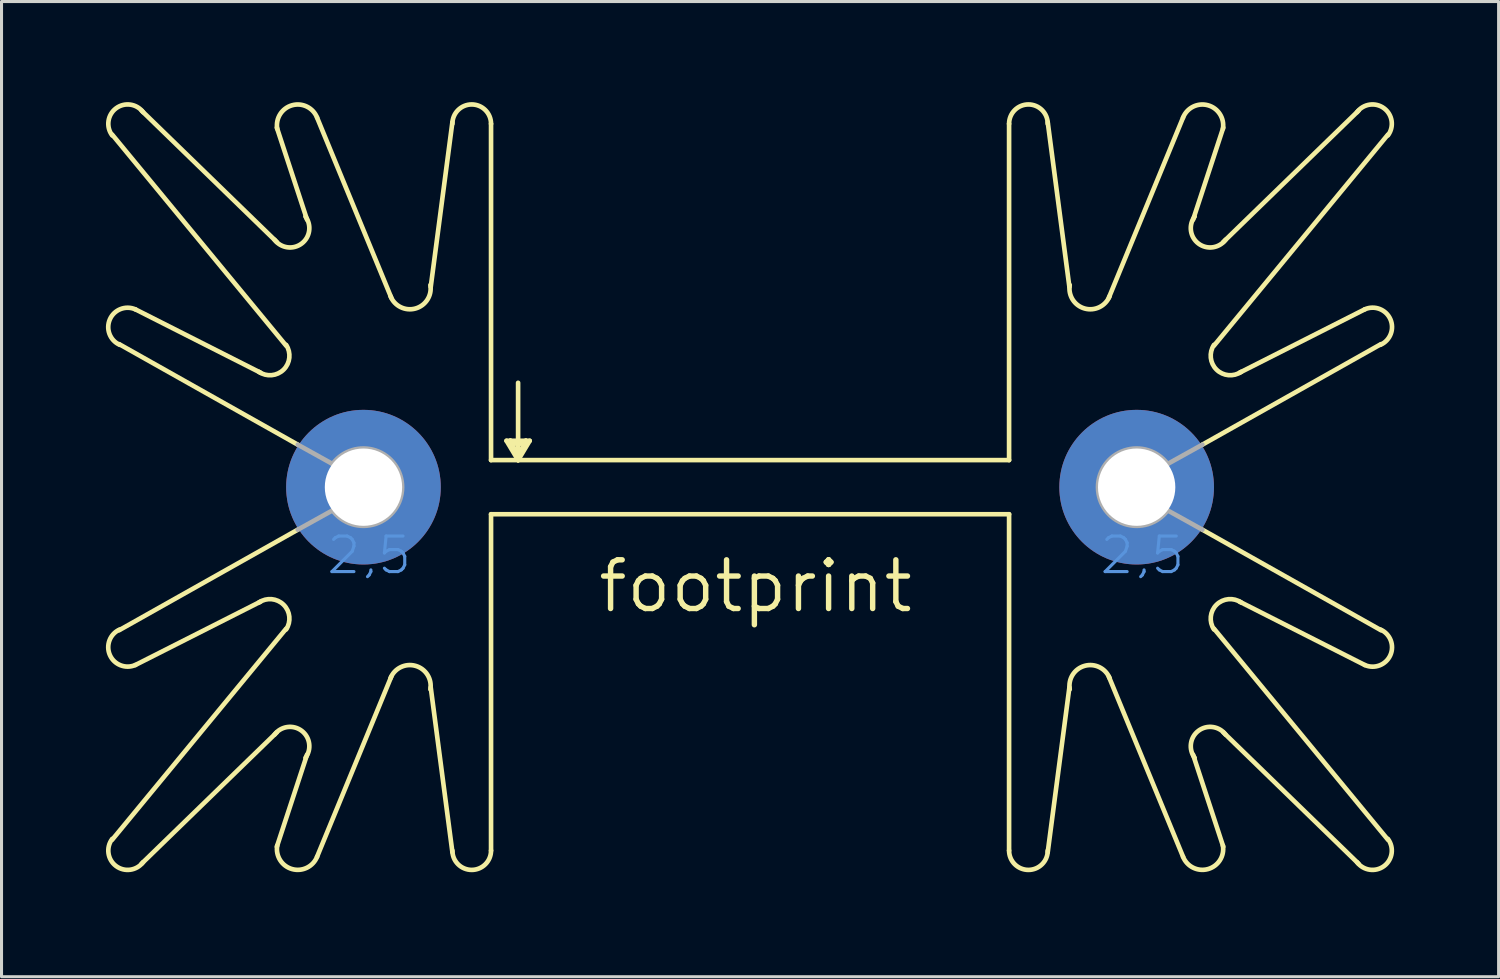
<source format=kicad_pcb>
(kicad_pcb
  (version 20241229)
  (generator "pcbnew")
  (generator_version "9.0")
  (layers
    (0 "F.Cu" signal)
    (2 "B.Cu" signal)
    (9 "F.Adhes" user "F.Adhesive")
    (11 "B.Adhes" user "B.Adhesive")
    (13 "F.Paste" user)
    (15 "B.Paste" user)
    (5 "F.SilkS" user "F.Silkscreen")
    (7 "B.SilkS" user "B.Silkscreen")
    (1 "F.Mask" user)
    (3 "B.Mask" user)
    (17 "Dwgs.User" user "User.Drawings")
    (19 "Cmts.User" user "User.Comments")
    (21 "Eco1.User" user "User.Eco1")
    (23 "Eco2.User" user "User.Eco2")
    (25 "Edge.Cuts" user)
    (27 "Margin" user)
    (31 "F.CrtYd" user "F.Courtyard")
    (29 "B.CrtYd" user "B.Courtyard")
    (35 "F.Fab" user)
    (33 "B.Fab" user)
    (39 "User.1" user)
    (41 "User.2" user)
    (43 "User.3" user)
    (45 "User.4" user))
  (footprint "footprint"
    (layer "F.Cu")
    (at 21.59 12.065)
    (property "Reference" "footprint" (at -5.08 5.08 0) (layer "F.SilkS") (effects (font (size 1.6 1.6) (thickness 0.178)) (justify left bottom)))
    (fp_line (start -16.078 -2.87) (end -20.193 -4.953) (stroke (width 0.152) (type solid)) (layer "F.SilkS"))
    (fp_line (start -16.078 4.648) (end -20.193 6.731) (stroke (width 0.152) (type solid)) (layer "F.SilkS"))
    (fp_line (start -15.545 -10.922) (end -14.554 -7.899) (stroke (width 0.152) (type solid)) (layer "F.SilkS"))
    (fp_line (start -15.545 -7.163) (end -19.99 -11.481) (stroke (width 0.152) (type solid)) (layer "F.SilkS"))
    (fp_line (start -15.545 8.941) (end -19.99 13.259) (stroke (width 0.152) (type solid)) (layer "F.SilkS"))
    (fp_line (start -15.545 12.7) (end -14.554 9.677) (stroke (width 0.152) (type solid)) (layer "F.SilkS"))
    (fp_line (start -15.24 -3.759) (end -20.955 -10.693) (stroke (width 0.152) (type solid)) (layer "F.SilkS"))
    (fp_line (start -15.24 5.537) (end -20.955 12.471) (stroke (width 0.152) (type solid)) (layer "F.SilkS"))
    (fp_line (start -14.859 -0.508) (end -20.726 -3.81) (stroke (width 0.152) (type solid)) (layer "F.SilkS"))
    (fp_line (start -14.859 2.286) (end -20.726 5.588) (stroke (width 0.152) (type solid)) (layer "F.SilkS"))
    (fp_line (start -11.786 -5.334) (end -14.224 -11.252) (stroke (width 0.152) (type solid)) (layer "F.SilkS"))
    (fp_line (start -11.786 7.112) (end -14.224 13.03) (stroke (width 0.152) (type solid)) (layer "F.SilkS"))
    (fp_line (start -10.49 -5.69) (end -9.779 -11.1) (stroke (width 0.152) (type solid)) (layer "F.SilkS"))
    (fp_line (start -10.49 7.468) (end -9.779 12.878) (stroke (width 0.152) (type solid)) (layer "F.SilkS"))
    (fp_line (start -8.509 -11.049) (end -8.509 0) (stroke (width 0.152) (type solid)) (layer "F.SilkS"))
    (fp_line (start -8.509 0) (end -7.62 0) (stroke (width 0.152) (type solid)) (layer "F.SilkS"))
    (fp_line (start -8.509 1.778) (end 8.509 1.778) (stroke (width 0.152) (type solid)) (layer "F.SilkS"))
    (fp_line (start -8.509 12.827) (end -8.509 1.778) (stroke (width 0.152) (type solid)) (layer "F.SilkS"))
    (fp_line (start -8.001 -0.635) (end -7.62 0) (stroke (width 0.152) (type solid)) (layer "F.SilkS"))
    (fp_line (start -7.874 -0.635) (end -8.001 -0.635) (stroke (width 0.152) (type solid)) (layer "F.SilkS"))
    (fp_line (start -7.874 -0.635) (end -7.62 -0.508) (stroke (width 0.152) (type solid)) (layer "F.SilkS"))
    (fp_line (start -7.62 -2.54) (end -7.62 -0.508) (stroke (width 0.152) (type solid)) (layer "F.SilkS"))
    (fp_line (start -7.62 -0.508) (end -7.62 -0.127) (stroke (width 0.152) (type solid)) (layer "F.SilkS"))
    (fp_line (start -7.62 -0.508) (end -7.366 -0.635) (stroke (width 0.152) (type solid)) (layer "F.SilkS"))
    (fp_line (start -7.62 -0.127) (end -7.874 -0.635) (stroke (width 0.152) (type solid)) (layer "F.SilkS"))
    (fp_line (start -7.62 -0.127) (end -7.62 0) (stroke (width 0.152) (type solid)) (layer "F.SilkS"))
    (fp_line (start -7.62 0) (end -7.239 -0.635) (stroke (width 0.152) (type solid)) (layer "F.SilkS"))
    (fp_line (start -7.62 0) (end 8.509 0) (stroke (width 0.152) (type solid)) (layer "F.SilkS"))
    (fp_line (start -7.366 -0.635) (end -7.874 -0.635) (stroke (width 0.152) (type solid)) (layer "F.SilkS"))
    (fp_line (start -7.366 -0.635) (end -7.62 -0.127) (stroke (width 0.152) (type solid)) (layer "F.SilkS"))
    (fp_line (start -7.239 -0.635) (end -7.366 -0.635) (stroke (width 0.152) (type solid)) (layer "F.SilkS"))
    (fp_line (start 8.509 -11.049) (end 8.509 0) (stroke (width 0.152) (type solid)) (layer "F.SilkS"))
    (fp_line (start 8.509 12.827) (end 8.509 1.778) (stroke (width 0.152) (type solid)) (layer "F.SilkS"))
    (fp_line (start 10.49 -5.69) (end 9.779 -11.1) (stroke (width 0.152) (type solid)) (layer "F.SilkS"))
    (fp_line (start 10.49 7.468) (end 9.779 12.878) (stroke (width 0.152) (type solid)) (layer "F.SilkS"))
    (fp_line (start 11.786 -5.334) (end 14.224 -11.252) (stroke (width 0.152) (type solid)) (layer "F.SilkS"))
    (fp_line (start 11.786 7.112) (end 14.224 13.03) (stroke (width 0.152) (type solid)) (layer "F.SilkS"))
    (fp_line (start 14.859 -0.508) (end 20.726 -3.81) (stroke (width 0.152) (type solid)) (layer "F.SilkS"))
    (fp_line (start 14.859 2.286) (end 20.726 5.588) (stroke (width 0.152) (type solid)) (layer "F.SilkS"))
    (fp_line (start 15.24 -3.759) (end 20.955 -10.693) (stroke (width 0.152) (type solid)) (layer "F.SilkS"))
    (fp_line (start 15.24 5.537) (end 20.955 12.471) (stroke (width 0.152) (type solid)) (layer "F.SilkS"))
    (fp_line (start 15.545 -10.922) (end 14.554 -7.899) (stroke (width 0.152) (type solid)) (layer "F.SilkS"))
    (fp_line (start 15.545 -7.163) (end 19.99 -11.481) (stroke (width 0.152) (type solid)) (layer "F.SilkS"))
    (fp_line (start 15.545 8.941) (end 19.99 13.259) (stroke (width 0.152) (type solid)) (layer "F.SilkS"))
    (fp_line (start 15.545 12.7) (end 14.554 9.677) (stroke (width 0.152) (type solid)) (layer "F.SilkS"))
    (fp_line (start 16.078 -2.87) (end 20.193 -4.953) (stroke (width 0.152) (type solid)) (layer "F.SilkS"))
    (fp_line (start 16.078 4.648) (end 20.193 6.731) (stroke (width 0.152) (type solid)) (layer "F.SilkS"))
    (fp_arc (start -20.955 -10.668) (mid -20.828 -11.557) (end -19.939 -11.43) (stroke (width 0.1524) (type solid)) (layer "F.SilkS"))
    (fp_arc (start -20.7106 -3.7889) (mid -21.028969 -4.627453) (end -20.193098 -4.952799) (stroke (width 0.1524) (type solid)) (layer "F.SilkS"))
    (fp_arc (start -20.193098 6.730799) (mid -21.028969 6.405453) (end -20.7106 5.5669) (stroke (width 0.1524) (type solid)) (layer "F.SilkS"))
    (fp_arc (start -19.939 13.208) (mid -20.828 13.335) (end -20.955 12.446) (stroke (width 0.1524) (type solid)) (layer "F.SilkS"))
    (fp_arc (start -16.1345 4.6773) (mid -15.322587 4.751397) (end -15.2401 5.5625) (stroke (width 0.1524) (type solid)) (layer "F.SilkS"))
    (fp_arc (start -15.621 9.017) (mid -14.732 8.89) (end -14.605 9.779) (stroke (width 0.1524) (type solid)) (layer "F.SilkS"))
    (fp_arc (start -15.5336 -10.8858) (mid -15.043193 -11.656921) (end -14.223799 -11.252298) (stroke (width 0.1524) (type solid)) (layer "F.SilkS"))
    (fp_arc (start -15.239899 -3.7847) (mid -15.322309 -2.973317) (end -16.1345 -2.8993) (stroke (width 0.1524) (type solid)) (layer "F.SilkS"))
    (fp_arc (start -14.605 -8.001) (mid -14.732 -7.112) (end -15.621 -7.239) (stroke (width 0.1524) (type solid)) (layer "F.SilkS"))
    (fp_arc (start -14.223799 13.030298) (mid -15.043193 13.434921) (end -15.5336 12.6638) (stroke (width 0.1524) (type solid)) (layer "F.SilkS"))
    (fp_arc (start -11.811 7.1628) (mid -10.991741 6.758182) (end -10.501399 7.529198) (stroke (width 0.1524) (type solid)) (layer "F.SilkS"))
    (fp_arc (start -10.501399 -5.751198) (mid -10.991741 -4.980182) (end -11.811 -5.3848) (stroke (width 0.1524) (type solid)) (layer "F.SilkS"))
    (fp_arc (start -9.779 -11.049) (mid -9.144 -11.684) (end -8.509 -11.049) (stroke (width 0.1524) (type solid)) (layer "F.SilkS"))
    (fp_arc (start -8.509 12.827) (mid -9.144 13.462) (end -9.779 12.827) (stroke (width 0.1524) (type solid)) (layer "F.SilkS"))
    (fp_arc (start 8.509 -11.049) (mid 9.144 -11.684) (end 9.779 -11.049) (stroke (width 0.1524) (type solid)) (layer "F.SilkS"))
    (fp_arc (start 9.779 12.827) (mid 9.144 13.462) (end 8.509 12.827) (stroke (width 0.1524) (type solid)) (layer "F.SilkS"))
    (fp_arc (start 10.5014 7.5292) (mid 10.991739 6.758183) (end 11.810999 7.162798) (stroke (width 0.1524) (type solid)) (layer "F.SilkS"))
    (fp_arc (start 11.810999 -5.384798) (mid 10.991739 -4.980183) (end 10.5014 -5.7512) (stroke (width 0.1524) (type solid)) (layer "F.SilkS"))
    (fp_arc (start 14.224 -11.2522) (mid 15.043157 -11.656716) (end 15.533399 -10.885798) (stroke (width 0.1524) (type solid)) (layer "F.SilkS"))
    (fp_arc (start 14.605 9.779) (mid 14.732 8.89) (end 15.621 9.017) (stroke (width 0.1524) (type solid)) (layer "F.SilkS"))
    (fp_arc (start 15.24 5.5626) (mid 15.322406 4.751415) (end 16.134399 4.677398) (stroke (width 0.1524) (type solid)) (layer "F.SilkS"))
    (fp_arc (start 15.533399 12.663798) (mid 15.043157 13.434715) (end 14.224 13.0302) (stroke (width 0.1524) (type solid)) (layer "F.SilkS"))
    (fp_arc (start 15.621 -7.239) (mid 14.732 -7.112) (end 14.605 -8.001) (stroke (width 0.1524) (type solid)) (layer "F.SilkS"))
    (fp_arc (start 16.134599 -2.8992) (mid 15.322489 -2.973299) (end 15.24 -3.7846) (stroke (width 0.1524) (type solid)) (layer "F.SilkS"))
    (fp_arc (start 19.939 -11.43) (mid 20.828 -11.557) (end 20.955 -10.668) (stroke (width 0.1524) (type solid)) (layer "F.SilkS"))
    (fp_arc (start 20.193 -4.953) (mid 21.02917 -4.627551) (end 20.710698 -3.788699) (stroke (width 0.1524) (type solid)) (layer "F.SilkS"))
    (fp_arc (start 20.710698 5.566699) (mid 21.02917 6.405551) (end 20.193 6.731) (stroke (width 0.1524) (type solid)) (layer "F.SilkS"))
    (fp_arc (start 20.955 12.446) (mid 20.828 13.335) (end 19.939 13.208) (stroke (width 0.1524) (type solid)) (layer "F.SilkS"))
    (fp_line (start -13.716 0.127) (end -14.859 -0.508) (stroke (width 0.152) (type solid)) (layer "F.Fab"))
    (fp_line (start -13.716 1.651) (end -14.859 2.286) (stroke (width 0.152) (type solid)) (layer "F.Fab"))
    (fp_line (start 13.716 0.127) (end 14.859 -0.508) (stroke (width 0.152) (type solid)) (layer "F.Fab"))
    (fp_line (start 13.716 1.651) (end 14.859 2.286) (stroke (width 0.152) (type solid)) (layer "F.Fab"))
    (fp_arc (start -13.715999 0.126999) (mid -11.429998 0.889001) (end -13.716 1.651) (stroke (width 0.1524) (type solid)) (layer "F.Fab"))
    (fp_arc (start 13.715999 1.651001) (mid 11.429998 0.888999) (end 13.716 0.127) (stroke (width 0.1524) (type solid)) (layer "F.Fab"))
    (fp_text user "2,5 " (at -13.97 3.81 0) (layer "Cmts.User") (effects (font (size 1.168 1.168) (thickness 0.102)) (justify left bottom)))
    (fp_text user "2,5" (at 11.43 3.81 0) (layer "Cmts.User") (effects (font (size 1.168 1.168) (thickness 0.102)) (justify left bottom)))
    (pad "A2,5" thru_hole circle (at -12.7 0.889) (size 5.08 5.08) (drill 2.54) (layers "*.Cu" "*.Mask"))
    (pad "B2,5" thru_hole circle (at 12.7 0.889) (size 5.08 5.08) (drill 2.54) (layers "*.Cu" "*.Mask"))
    (zone (net_name "") (layer "F.Cu") (hatch edge 0.508) (connect_pads) (min_thickness 0.254) (filled_areas_thickness no) (keepout (tracks not_allowed) (vias not_allowed) (pads not_allowed) (copperpour not_allowed) (footprints allowed)) (placement (enabled no)) (fill) (polygon (pts (xy 0 26.035) (xy 13.335 26.035) (xy 13.335 0) (xy 0 0))))
    (zone (net_name "") (layer "F.Cu") (hatch edge 0.508) (connect_pads) (min_thickness 0.254) (filled_areas_thickness no) (keepout (tracks not_allowed) (vias not_allowed) (pads not_allowed) (copperpour not_allowed) (footprints allowed)) (placement (enabled no)) (fill) (polygon (pts (xy 13.335 13.97) (xy 29.845 13.97) (xy 29.845 12.065) (xy 13.335 12.065))))
    (zone (net_name "") (layer "F.Cu") (hatch edge 0.508) (connect_pads) (min_thickness 0.254) (filled_areas_thickness no) (keepout (tracks not_allowed) (vias not_allowed) (pads not_allowed) (copperpour not_allowed) (footprints allowed)) (placement (enabled no)) (fill) (polygon (pts (xy 29.845 26.035) (xy 43.18 26.035) (xy 43.18 0) (xy 29.845 0))))
    (zone (net_name "") (layers "F.Cu" "B.Cu") (hatch edge 0.508) (connect_pads) (min_thickness 0.254) (filled_areas_thickness no) (keepout (tracks allowed) (vias not_allowed) (pads allowed) (copperpour allowed) (footprints allowed)) (placement (enabled no)) (fill) (polygon (pts (xy 0 26.035) (xy 13.335 26.035) (xy 13.335 0) (xy 0 0))))
    (zone (net_name "") (layers "F.Cu" "B.Cu") (hatch edge 0.508) (connect_pads) (min_thickness 0.254) (filled_areas_thickness no) (keepout (tracks allowed) (vias not_allowed) (pads allowed) (copperpour allowed) (footprints allowed)) (placement (enabled no)) (fill) (polygon (pts (xy 13.335 13.97) (xy 29.845 13.97) (xy 29.845 12.065) (xy 13.335 12.065))))
    (zone (net_name "") (layers "F.Cu" "B.Cu") (hatch edge 0.508) (connect_pads) (min_thickness 0.254) (filled_areas_thickness no) (keepout (tracks allowed) (vias not_allowed) (pads allowed) (copperpour allowed) (footprints allowed)) (placement (enabled no)) (fill) (polygon (pts (xy 29.845 26.035) (xy 43.18 26.035) (xy 43.18 0) (xy 29.845 0)))))
  (gr_rect
    (start -3 -3)
    (end 46.18 29.035)
    (stroke (width 0.1) (type default))
    (fill no)
    (layer "Edge.Cuts")))
</source>
